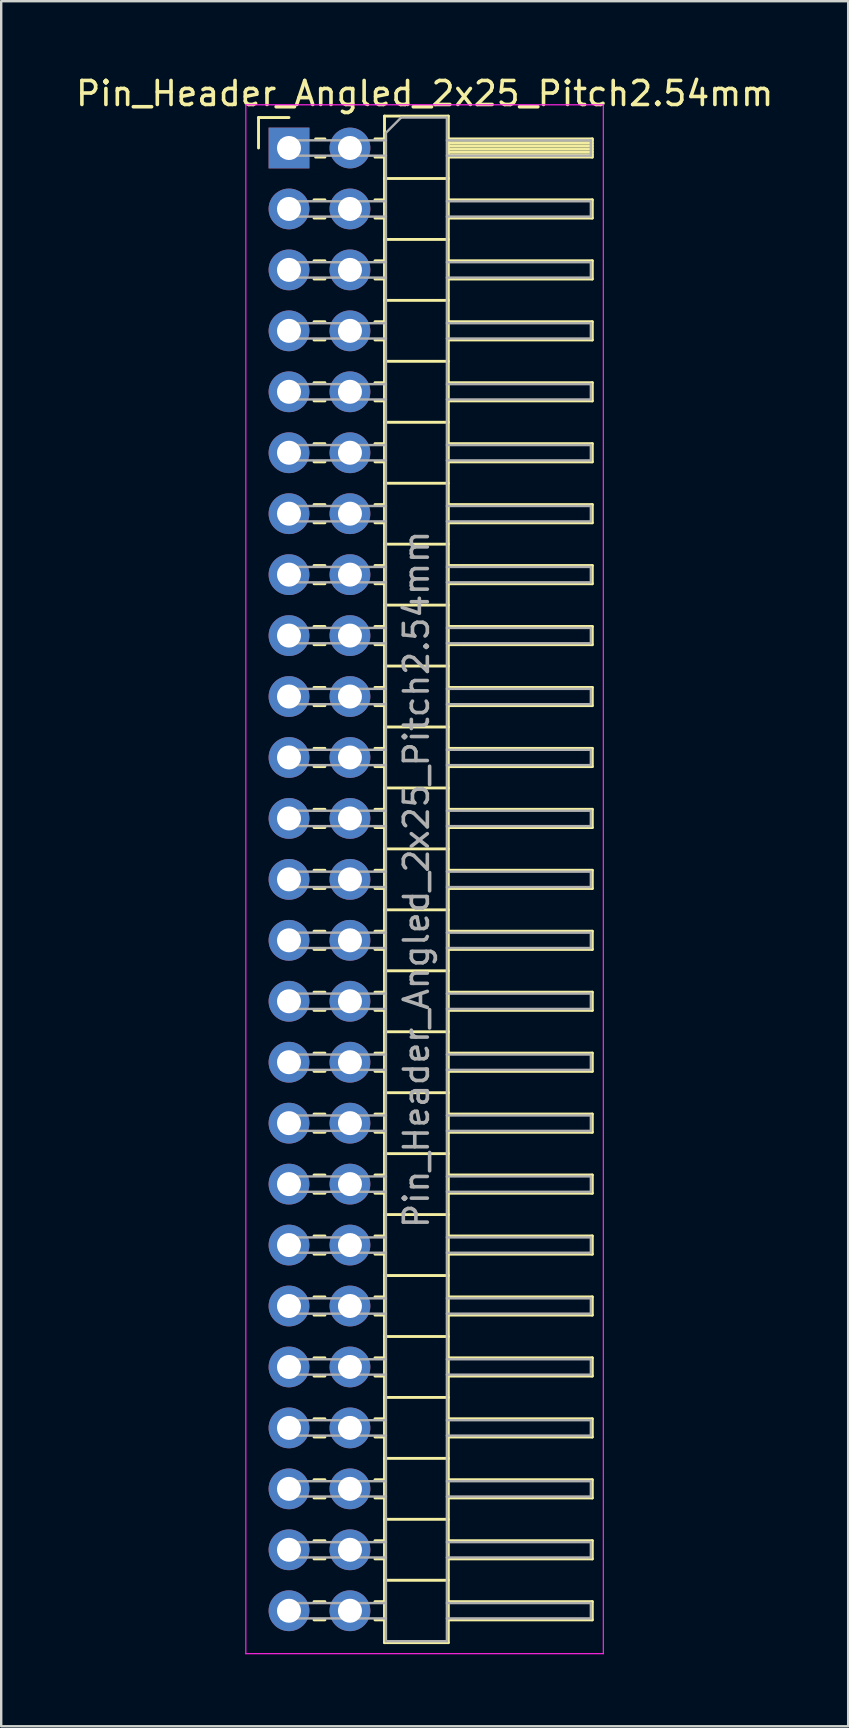
<source format=kicad_pcb>
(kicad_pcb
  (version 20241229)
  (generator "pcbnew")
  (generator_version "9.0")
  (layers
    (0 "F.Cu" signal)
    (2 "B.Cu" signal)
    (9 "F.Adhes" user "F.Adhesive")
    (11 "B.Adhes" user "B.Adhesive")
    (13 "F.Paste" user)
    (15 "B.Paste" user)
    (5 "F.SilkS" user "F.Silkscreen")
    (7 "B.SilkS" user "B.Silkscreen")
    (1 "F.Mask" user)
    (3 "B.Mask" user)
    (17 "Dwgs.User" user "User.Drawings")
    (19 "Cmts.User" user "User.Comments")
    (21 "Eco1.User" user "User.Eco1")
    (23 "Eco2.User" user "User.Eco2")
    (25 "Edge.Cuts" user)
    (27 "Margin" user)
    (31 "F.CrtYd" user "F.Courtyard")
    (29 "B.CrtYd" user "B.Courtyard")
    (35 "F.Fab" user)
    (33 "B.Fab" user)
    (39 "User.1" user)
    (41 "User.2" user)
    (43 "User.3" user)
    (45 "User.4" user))
  (footprint "Pin_Header_Angled_2x25_Pitch2.54mm"
    (layer "F.Cu")
    (at 8.994 3.118)
    (property "Reference" "Pin_Header_Angled_2x25_Pitch2.54mm" (at 5.655 -2.27 0) (layer "F.SilkS") (effects (font (size 1 1) (thickness 0.15))))
    (attr through_hole)
    (fp_line (start -1.27 -1.27) (end 0 -1.27) (stroke (width 0.12) (type solid)) (layer "F.SilkS"))
    (fp_line (start -1.27 0) (end -1.27 -1.27) (stroke (width 0.12) (type solid)) (layer "F.SilkS"))
    (fp_line (start 1.043 2.16) (end 1.497 2.16) (stroke (width 0.12) (type solid)) (layer "F.SilkS"))
    (fp_line (start 1.043 2.92) (end 1.497 2.92) (stroke (width 0.12) (type solid)) (layer "F.SilkS"))
    (fp_line (start 1.043 4.7) (end 1.497 4.7) (stroke (width 0.12) (type solid)) (layer "F.SilkS"))
    (fp_line (start 1.043 5.46) (end 1.497 5.46) (stroke (width 0.12) (type solid)) (layer "F.SilkS"))
    (fp_line (start 1.043 7.24) (end 1.497 7.24) (stroke (width 0.12) (type solid)) (layer "F.SilkS"))
    (fp_line (start 1.043 8) (end 1.497 8) (stroke (width 0.12) (type solid)) (layer "F.SilkS"))
    (fp_line (start 1.043 9.78) (end 1.497 9.78) (stroke (width 0.12) (type solid)) (layer "F.SilkS"))
    (fp_line (start 1.043 10.54) (end 1.497 10.54) (stroke (width 0.12) (type solid)) (layer "F.SilkS"))
    (fp_line (start 1.043 12.32) (end 1.497 12.32) (stroke (width 0.12) (type solid)) (layer "F.SilkS"))
    (fp_line (start 1.043 13.08) (end 1.497 13.08) (stroke (width 0.12) (type solid)) (layer "F.SilkS"))
    (fp_line (start 1.043 14.86) (end 1.497 14.86) (stroke (width 0.12) (type solid)) (layer "F.SilkS"))
    (fp_line (start 1.043 15.62) (end 1.497 15.62) (stroke (width 0.12) (type solid)) (layer "F.SilkS"))
    (fp_line (start 1.043 17.4) (end 1.497 17.4) (stroke (width 0.12) (type solid)) (layer "F.SilkS"))
    (fp_line (start 1.043 18.16) (end 1.497 18.16) (stroke (width 0.12) (type solid)) (layer "F.SilkS"))
    (fp_line (start 1.043 19.94) (end 1.497 19.94) (stroke (width 0.12) (type solid)) (layer "F.SilkS"))
    (fp_line (start 1.043 20.7) (end 1.497 20.7) (stroke (width 0.12) (type solid)) (layer "F.SilkS"))
    (fp_line (start 1.043 22.48) (end 1.497 22.48) (stroke (width 0.12) (type solid)) (layer "F.SilkS"))
    (fp_line (start 1.043 23.24) (end 1.497 23.24) (stroke (width 0.12) (type solid)) (layer "F.SilkS"))
    (fp_line (start 1.043 25.02) (end 1.497 25.02) (stroke (width 0.12) (type solid)) (layer "F.SilkS"))
    (fp_line (start 1.043 25.78) (end 1.497 25.78) (stroke (width 0.12) (type solid)) (layer "F.SilkS"))
    (fp_line (start 1.043 27.56) (end 1.497 27.56) (stroke (width 0.12) (type solid)) (layer "F.SilkS"))
    (fp_line (start 1.043 28.32) (end 1.497 28.32) (stroke (width 0.12) (type solid)) (layer "F.SilkS"))
    (fp_line (start 1.043 30.1) (end 1.497 30.1) (stroke (width 0.12) (type solid)) (layer "F.SilkS"))
    (fp_line (start 1.043 30.86) (end 1.497 30.86) (stroke (width 0.12) (type solid)) (layer "F.SilkS"))
    (fp_line (start 1.043 32.64) (end 1.497 32.64) (stroke (width 0.12) (type solid)) (layer "F.SilkS"))
    (fp_line (start 1.043 33.4) (end 1.497 33.4) (stroke (width 0.12) (type solid)) (layer "F.SilkS"))
    (fp_line (start 1.043 35.18) (end 1.497 35.18) (stroke (width 0.12) (type solid)) (layer "F.SilkS"))
    (fp_line (start 1.043 35.94) (end 1.497 35.94) (stroke (width 0.12) (type solid)) (layer "F.SilkS"))
    (fp_line (start 1.043 37.72) (end 1.497 37.72) (stroke (width 0.12) (type solid)) (layer "F.SilkS"))
    (fp_line (start 1.043 38.48) (end 1.497 38.48) (stroke (width 0.12) (type solid)) (layer "F.SilkS"))
    (fp_line (start 1.043 40.26) (end 1.497 40.26) (stroke (width 0.12) (type solid)) (layer "F.SilkS"))
    (fp_line (start 1.043 41.02) (end 1.497 41.02) (stroke (width 0.12) (type solid)) (layer "F.SilkS"))
    (fp_line (start 1.043 42.8) (end 1.497 42.8) (stroke (width 0.12) (type solid)) (layer "F.SilkS"))
    (fp_line (start 1.043 43.56) (end 1.497 43.56) (stroke (width 0.12) (type solid)) (layer "F.SilkS"))
    (fp_line (start 1.043 45.34) (end 1.497 45.34) (stroke (width 0.12) (type solid)) (layer "F.SilkS"))
    (fp_line (start 1.043 46.1) (end 1.497 46.1) (stroke (width 0.12) (type solid)) (layer "F.SilkS"))
    (fp_line (start 1.043 47.88) (end 1.497 47.88) (stroke (width 0.12) (type solid)) (layer "F.SilkS"))
    (fp_line (start 1.043 48.64) (end 1.497 48.64) (stroke (width 0.12) (type solid)) (layer "F.SilkS"))
    (fp_line (start 1.043 50.42) (end 1.497 50.42) (stroke (width 0.12) (type solid)) (layer "F.SilkS"))
    (fp_line (start 1.043 51.18) (end 1.497 51.18) (stroke (width 0.12) (type solid)) (layer "F.SilkS"))
    (fp_line (start 1.043 52.96) (end 1.497 52.96) (stroke (width 0.12) (type solid)) (layer "F.SilkS"))
    (fp_line (start 1.043 53.72) (end 1.497 53.72) (stroke (width 0.12) (type solid)) (layer "F.SilkS"))
    (fp_line (start 1.043 55.5) (end 1.497 55.5) (stroke (width 0.12) (type solid)) (layer "F.SilkS"))
    (fp_line (start 1.043 56.26) (end 1.497 56.26) (stroke (width 0.12) (type solid)) (layer "F.SilkS"))
    (fp_line (start 1.043 58.04) (end 1.497 58.04) (stroke (width 0.12) (type solid)) (layer "F.SilkS"))
    (fp_line (start 1.043 58.8) (end 1.497 58.8) (stroke (width 0.12) (type solid)) (layer "F.SilkS"))
    (fp_line (start 1.043 60.58) (end 1.497 60.58) (stroke (width 0.12) (type solid)) (layer "F.SilkS"))
    (fp_line (start 1.043 61.34) (end 1.497 61.34) (stroke (width 0.12) (type solid)) (layer "F.SilkS"))
    (fp_line (start 1.11 -0.38) (end 1.497 -0.38) (stroke (width 0.12) (type solid)) (layer "F.SilkS"))
    (fp_line (start 1.11 0.38) (end 1.497 0.38) (stroke (width 0.12) (type solid)) (layer "F.SilkS"))
    (fp_line (start 3.583 -0.38) (end 3.98 -0.38) (stroke (width 0.12) (type solid)) (layer "F.SilkS"))
    (fp_line (start 3.583 0.38) (end 3.98 0.38) (stroke (width 0.12) (type solid)) (layer "F.SilkS"))
    (fp_line (start 3.583 2.16) (end 3.98 2.16) (stroke (width 0.12) (type solid)) (layer "F.SilkS"))
    (fp_line (start 3.583 2.92) (end 3.98 2.92) (stroke (width 0.12) (type solid)) (layer "F.SilkS"))
    (fp_line (start 3.583 4.7) (end 3.98 4.7) (stroke (width 0.12) (type solid)) (layer "F.SilkS"))
    (fp_line (start 3.583 5.46) (end 3.98 5.46) (stroke (width 0.12) (type solid)) (layer "F.SilkS"))
    (fp_line (start 3.583 7.24) (end 3.98 7.24) (stroke (width 0.12) (type solid)) (layer "F.SilkS"))
    (fp_line (start 3.583 8) (end 3.98 8) (stroke (width 0.12) (type solid)) (layer "F.SilkS"))
    (fp_line (start 3.583 9.78) (end 3.98 9.78) (stroke (width 0.12) (type solid)) (layer "F.SilkS"))
    (fp_line (start 3.583 10.54) (end 3.98 10.54) (stroke (width 0.12) (type solid)) (layer "F.SilkS"))
    (fp_line (start 3.583 12.32) (end 3.98 12.32) (stroke (width 0.12) (type solid)) (layer "F.SilkS"))
    (fp_line (start 3.583 13.08) (end 3.98 13.08) (stroke (width 0.12) (type solid)) (layer "F.SilkS"))
    (fp_line (start 3.583 14.86) (end 3.98 14.86) (stroke (width 0.12) (type solid)) (layer "F.SilkS"))
    (fp_line (start 3.583 15.62) (end 3.98 15.62) (stroke (width 0.12) (type solid)) (layer "F.SilkS"))
    (fp_line (start 3.583 17.4) (end 3.98 17.4) (stroke (width 0.12) (type solid)) (layer "F.SilkS"))
    (fp_line (start 3.583 18.16) (end 3.98 18.16) (stroke (width 0.12) (type solid)) (layer "F.SilkS"))
    (fp_line (start 3.583 19.94) (end 3.98 19.94) (stroke (width 0.12) (type solid)) (layer "F.SilkS"))
    (fp_line (start 3.583 20.7) (end 3.98 20.7) (stroke (width 0.12) (type solid)) (layer "F.SilkS"))
    (fp_line (start 3.583 22.48) (end 3.98 22.48) (stroke (width 0.12) (type solid)) (layer "F.SilkS"))
    (fp_line (start 3.583 23.24) (end 3.98 23.24) (stroke (width 0.12) (type solid)) (layer "F.SilkS"))
    (fp_line (start 3.583 25.02) (end 3.98 25.02) (stroke (width 0.12) (type solid)) (layer "F.SilkS"))
    (fp_line (start 3.583 25.78) (end 3.98 25.78) (stroke (width 0.12) (type solid)) (layer "F.SilkS"))
    (fp_line (start 3.583 27.56) (end 3.98 27.56) (stroke (width 0.12) (type solid)) (layer "F.SilkS"))
    (fp_line (start 3.583 28.32) (end 3.98 28.32) (stroke (width 0.12) (type solid)) (layer "F.SilkS"))
    (fp_line (start 3.583 30.1) (end 3.98 30.1) (stroke (width 0.12) (type solid)) (layer "F.SilkS"))
    (fp_line (start 3.583 30.86) (end 3.98 30.86) (stroke (width 0.12) (type solid)) (layer "F.SilkS"))
    (fp_line (start 3.583 32.64) (end 3.98 32.64) (stroke (width 0.12) (type solid)) (layer "F.SilkS"))
    (fp_line (start 3.583 33.4) (end 3.98 33.4) (stroke (width 0.12) (type solid)) (layer "F.SilkS"))
    (fp_line (start 3.583 35.18) (end 3.98 35.18) (stroke (width 0.12) (type solid)) (layer "F.SilkS"))
    (fp_line (start 3.583 35.94) (end 3.98 35.94) (stroke (width 0.12) (type solid)) (layer "F.SilkS"))
    (fp_line (start 3.583 37.72) (end 3.98 37.72) (stroke (width 0.12) (type solid)) (layer "F.SilkS"))
    (fp_line (start 3.583 38.48) (end 3.98 38.48) (stroke (width 0.12) (type solid)) (layer "F.SilkS"))
    (fp_line (start 3.583 40.26) (end 3.98 40.26) (stroke (width 0.12) (type solid)) (layer "F.SilkS"))
    (fp_line (start 3.583 41.02) (end 3.98 41.02) (stroke (width 0.12) (type solid)) (layer "F.SilkS"))
    (fp_line (start 3.583 42.8) (end 3.98 42.8) (stroke (width 0.12) (type solid)) (layer "F.SilkS"))
    (fp_line (start 3.583 43.56) (end 3.98 43.56) (stroke (width 0.12) (type solid)) (layer "F.SilkS"))
    (fp_line (start 3.583 45.34) (end 3.98 45.34) (stroke (width 0.12) (type solid)) (layer "F.SilkS"))
    (fp_line (start 3.583 46.1) (end 3.98 46.1) (stroke (width 0.12) (type solid)) (layer "F.SilkS"))
    (fp_line (start 3.583 47.88) (end 3.98 47.88) (stroke (width 0.12) (type solid)) (layer "F.SilkS"))
    (fp_line (start 3.583 48.64) (end 3.98 48.64) (stroke (width 0.12) (type solid)) (layer "F.SilkS"))
    (fp_line (start 3.583 50.42) (end 3.98 50.42) (stroke (width 0.12) (type solid)) (layer "F.SilkS"))
    (fp_line (start 3.583 51.18) (end 3.98 51.18) (stroke (width 0.12) (type solid)) (layer "F.SilkS"))
    (fp_line (start 3.583 52.96) (end 3.98 52.96) (stroke (width 0.12) (type solid)) (layer "F.SilkS"))
    (fp_line (start 3.583 53.72) (end 3.98 53.72) (stroke (width 0.12) (type solid)) (layer "F.SilkS"))
    (fp_line (start 3.583 55.5) (end 3.98 55.5) (stroke (width 0.12) (type solid)) (layer "F.SilkS"))
    (fp_line (start 3.583 56.26) (end 3.98 56.26) (stroke (width 0.12) (type solid)) (layer "F.SilkS"))
    (fp_line (start 3.583 58.04) (end 3.98 58.04) (stroke (width 0.12) (type solid)) (layer "F.SilkS"))
    (fp_line (start 3.583 58.8) (end 3.98 58.8) (stroke (width 0.12) (type solid)) (layer "F.SilkS"))
    (fp_line (start 3.583 60.58) (end 3.98 60.58) (stroke (width 0.12) (type solid)) (layer "F.SilkS"))
    (fp_line (start 3.583 61.34) (end 3.98 61.34) (stroke (width 0.12) (type solid)) (layer "F.SilkS"))
    (fp_line (start 3.98 -1.33) (end 3.98 62.29) (stroke (width 0.12) (type solid)) (layer "F.SilkS"))
    (fp_line (start 3.98 1.27) (end 6.64 1.27) (stroke (width 0.12) (type solid)) (layer "F.SilkS"))
    (fp_line (start 3.98 3.81) (end 6.64 3.81) (stroke (width 0.12) (type solid)) (layer "F.SilkS"))
    (fp_line (start 3.98 6.35) (end 6.64 6.35) (stroke (width 0.12) (type solid)) (layer "F.SilkS"))
    (fp_line (start 3.98 8.89) (end 6.64 8.89) (stroke (width 0.12) (type solid)) (layer "F.SilkS"))
    (fp_line (start 3.98 11.43) (end 6.64 11.43) (stroke (width 0.12) (type solid)) (layer "F.SilkS"))
    (fp_line (start 3.98 13.97) (end 6.64 13.97) (stroke (width 0.12) (type solid)) (layer "F.SilkS"))
    (fp_line (start 3.98 16.51) (end 6.64 16.51) (stroke (width 0.12) (type solid)) (layer "F.SilkS"))
    (fp_line (start 3.98 19.05) (end 6.64 19.05) (stroke (width 0.12) (type solid)) (layer "F.SilkS"))
    (fp_line (start 3.98 21.59) (end 6.64 21.59) (stroke (width 0.12) (type solid)) (layer "F.SilkS"))
    (fp_line (start 3.98 24.13) (end 6.64 24.13) (stroke (width 0.12) (type solid)) (layer "F.SilkS"))
    (fp_line (start 3.98 26.67) (end 6.64 26.67) (stroke (width 0.12) (type solid)) (layer "F.SilkS"))
    (fp_line (start 3.98 29.21) (end 6.64 29.21) (stroke (width 0.12) (type solid)) (layer "F.SilkS"))
    (fp_line (start 3.98 31.75) (end 6.64 31.75) (stroke (width 0.12) (type solid)) (layer "F.SilkS"))
    (fp_line (start 3.98 34.29) (end 6.64 34.29) (stroke (width 0.12) (type solid)) (layer "F.SilkS"))
    (fp_line (start 3.98 36.83) (end 6.64 36.83) (stroke (width 0.12) (type solid)) (layer "F.SilkS"))
    (fp_line (start 3.98 39.37) (end 6.64 39.37) (stroke (width 0.12) (type solid)) (layer "F.SilkS"))
    (fp_line (start 3.98 41.91) (end 6.64 41.91) (stroke (width 0.12) (type solid)) (layer "F.SilkS"))
    (fp_line (start 3.98 44.45) (end 6.64 44.45) (stroke (width 0.12) (type solid)) (layer "F.SilkS"))
    (fp_line (start 3.98 46.99) (end 6.64 46.99) (stroke (width 0.12) (type solid)) (layer "F.SilkS"))
    (fp_line (start 3.98 49.53) (end 6.64 49.53) (stroke (width 0.12) (type solid)) (layer "F.SilkS"))
    (fp_line (start 3.98 52.07) (end 6.64 52.07) (stroke (width 0.12) (type solid)) (layer "F.SilkS"))
    (fp_line (start 3.98 54.61) (end 6.64 54.61) (stroke (width 0.12) (type solid)) (layer "F.SilkS"))
    (fp_line (start 3.98 57.15) (end 6.64 57.15) (stroke (width 0.12) (type solid)) (layer "F.SilkS"))
    (fp_line (start 3.98 59.69) (end 6.64 59.69) (stroke (width 0.12) (type solid)) (layer "F.SilkS"))
    (fp_line (start 3.98 62.29) (end 6.64 62.29) (stroke (width 0.12) (type solid)) (layer "F.SilkS"))
    (fp_line (start 6.64 -1.33) (end 3.98 -1.33) (stroke (width 0.12) (type solid)) (layer "F.SilkS"))
    (fp_line (start 6.64 -0.38) (end 12.64 -0.38) (stroke (width 0.12) (type solid)) (layer "F.SilkS"))
    (fp_line (start 6.64 -0.32) (end 12.64 -0.32) (stroke (width 0.12) (type solid)) (layer "F.SilkS"))
    (fp_line (start 6.64 -0.2) (end 12.64 -0.2) (stroke (width 0.12) (type solid)) (layer "F.SilkS"))
    (fp_line (start 6.64 -0.08) (end 12.64 -0.08) (stroke (width 0.12) (type solid)) (layer "F.SilkS"))
    (fp_line (start 6.64 0.04) (end 12.64 0.04) (stroke (width 0.12) (type solid)) (layer "F.SilkS"))
    (fp_line (start 6.64 0.16) (end 12.64 0.16) (stroke (width 0.12) (type solid)) (layer "F.SilkS"))
    (fp_line (start 6.64 0.28) (end 12.64 0.28) (stroke (width 0.12) (type solid)) (layer "F.SilkS"))
    (fp_line (start 6.64 2.16) (end 12.64 2.16) (stroke (width 0.12) (type solid)) (layer "F.SilkS"))
    (fp_line (start 6.64 4.7) (end 12.64 4.7) (stroke (width 0.12) (type solid)) (layer "F.SilkS"))
    (fp_line (start 6.64 7.24) (end 12.64 7.24) (stroke (width 0.12) (type solid)) (layer "F.SilkS"))
    (fp_line (start 6.64 9.78) (end 12.64 9.78) (stroke (width 0.12) (type solid)) (layer "F.SilkS"))
    (fp_line (start 6.64 12.32) (end 12.64 12.32) (stroke (width 0.12) (type solid)) (layer "F.SilkS"))
    (fp_line (start 6.64 14.86) (end 12.64 14.86) (stroke (width 0.12) (type solid)) (layer "F.SilkS"))
    (fp_line (start 6.64 17.4) (end 12.64 17.4) (stroke (width 0.12) (type solid)) (layer "F.SilkS"))
    (fp_line (start 6.64 19.94) (end 12.64 19.94) (stroke (width 0.12) (type solid)) (layer "F.SilkS"))
    (fp_line (start 6.64 22.48) (end 12.64 22.48) (stroke (width 0.12) (type solid)) (layer "F.SilkS"))
    (fp_line (start 6.64 25.02) (end 12.64 25.02) (stroke (width 0.12) (type solid)) (layer "F.SilkS"))
    (fp_line (start 6.64 27.56) (end 12.64 27.56) (stroke (width 0.12) (type solid)) (layer "F.SilkS"))
    (fp_line (start 6.64 30.1) (end 12.64 30.1) (stroke (width 0.12) (type solid)) (layer "F.SilkS"))
    (fp_line (start 6.64 32.64) (end 12.64 32.64) (stroke (width 0.12) (type solid)) (layer "F.SilkS"))
    (fp_line (start 6.64 35.18) (end 12.64 35.18) (stroke (width 0.12) (type solid)) (layer "F.SilkS"))
    (fp_line (start 6.64 37.72) (end 12.64 37.72) (stroke (width 0.12) (type solid)) (layer "F.SilkS"))
    (fp_line (start 6.64 40.26) (end 12.64 40.26) (stroke (width 0.12) (type solid)) (layer "F.SilkS"))
    (fp_line (start 6.64 42.8) (end 12.64 42.8) (stroke (width 0.12) (type solid)) (layer "F.SilkS"))
    (fp_line (start 6.64 45.34) (end 12.64 45.34) (stroke (width 0.12) (type solid)) (layer "F.SilkS"))
    (fp_line (start 6.64 47.88) (end 12.64 47.88) (stroke (width 0.12) (type solid)) (layer "F.SilkS"))
    (fp_line (start 6.64 50.42) (end 12.64 50.42) (stroke (width 0.12) (type solid)) (layer "F.SilkS"))
    (fp_line (start 6.64 52.96) (end 12.64 52.96) (stroke (width 0.12) (type solid)) (layer "F.SilkS"))
    (fp_line (start 6.64 55.5) (end 12.64 55.5) (stroke (width 0.12) (type solid)) (layer "F.SilkS"))
    (fp_line (start 6.64 58.04) (end 12.64 58.04) (stroke (width 0.12) (type solid)) (layer "F.SilkS"))
    (fp_line (start 6.64 60.58) (end 12.64 60.58) (stroke (width 0.12) (type solid)) (layer "F.SilkS"))
    (fp_line (start 6.64 62.29) (end 6.64 -1.33) (stroke (width 0.12) (type solid)) (layer "F.SilkS"))
    (fp_line (start 12.64 -0.38) (end 12.64 0.38) (stroke (width 0.12) (type solid)) (layer "F.SilkS"))
    (fp_line (start 12.64 0.38) (end 6.64 0.38) (stroke (width 0.12) (type solid)) (layer "F.SilkS"))
    (fp_line (start 12.64 2.16) (end 12.64 2.92) (stroke (width 0.12) (type solid)) (layer "F.SilkS"))
    (fp_line (start 12.64 2.92) (end 6.64 2.92) (stroke (width 0.12) (type solid)) (layer "F.SilkS"))
    (fp_line (start 12.64 4.7) (end 12.64 5.46) (stroke (width 0.12) (type solid)) (layer "F.SilkS"))
    (fp_line (start 12.64 5.46) (end 6.64 5.46) (stroke (width 0.12) (type solid)) (layer "F.SilkS"))
    (fp_line (start 12.64 7.24) (end 12.64 8) (stroke (width 0.12) (type solid)) (layer "F.SilkS"))
    (fp_line (start 12.64 8) (end 6.64 8) (stroke (width 0.12) (type solid)) (layer "F.SilkS"))
    (fp_line (start 12.64 9.78) (end 12.64 10.54) (stroke (width 0.12) (type solid)) (layer "F.SilkS"))
    (fp_line (start 12.64 10.54) (end 6.64 10.54) (stroke (width 0.12) (type solid)) (layer "F.SilkS"))
    (fp_line (start 12.64 12.32) (end 12.64 13.08) (stroke (width 0.12) (type solid)) (layer "F.SilkS"))
    (fp_line (start 12.64 13.08) (end 6.64 13.08) (stroke (width 0.12) (type solid)) (layer "F.SilkS"))
    (fp_line (start 12.64 14.86) (end 12.64 15.62) (stroke (width 0.12) (type solid)) (layer "F.SilkS"))
    (fp_line (start 12.64 15.62) (end 6.64 15.62) (stroke (width 0.12) (type solid)) (layer "F.SilkS"))
    (fp_line (start 12.64 17.4) (end 12.64 18.16) (stroke (width 0.12) (type solid)) (layer "F.SilkS"))
    (fp_line (start 12.64 18.16) (end 6.64 18.16) (stroke (width 0.12) (type solid)) (layer "F.SilkS"))
    (fp_line (start 12.64 19.94) (end 12.64 20.7) (stroke (width 0.12) (type solid)) (layer "F.SilkS"))
    (fp_line (start 12.64 20.7) (end 6.64 20.7) (stroke (width 0.12) (type solid)) (layer "F.SilkS"))
    (fp_line (start 12.64 22.48) (end 12.64 23.24) (stroke (width 0.12) (type solid)) (layer "F.SilkS"))
    (fp_line (start 12.64 23.24) (end 6.64 23.24) (stroke (width 0.12) (type solid)) (layer "F.SilkS"))
    (fp_line (start 12.64 25.02) (end 12.64 25.78) (stroke (width 0.12) (type solid)) (layer "F.SilkS"))
    (fp_line (start 12.64 25.78) (end 6.64 25.78) (stroke (width 0.12) (type solid)) (layer "F.SilkS"))
    (fp_line (start 12.64 27.56) (end 12.64 28.32) (stroke (width 0.12) (type solid)) (layer "F.SilkS"))
    (fp_line (start 12.64 28.32) (end 6.64 28.32) (stroke (width 0.12) (type solid)) (layer "F.SilkS"))
    (fp_line (start 12.64 30.1) (end 12.64 30.86) (stroke (width 0.12) (type solid)) (layer "F.SilkS"))
    (fp_line (start 12.64 30.86) (end 6.64 30.86) (stroke (width 0.12) (type solid)) (layer "F.SilkS"))
    (fp_line (start 12.64 32.64) (end 12.64 33.4) (stroke (width 0.12) (type solid)) (layer "F.SilkS"))
    (fp_line (start 12.64 33.4) (end 6.64 33.4) (stroke (width 0.12) (type solid)) (layer "F.SilkS"))
    (fp_line (start 12.64 35.18) (end 12.64 35.94) (stroke (width 0.12) (type solid)) (layer "F.SilkS"))
    (fp_line (start 12.64 35.94) (end 6.64 35.94) (stroke (width 0.12) (type solid)) (layer "F.SilkS"))
    (fp_line (start 12.64 37.72) (end 12.64 38.48) (stroke (width 0.12) (type solid)) (layer "F.SilkS"))
    (fp_line (start 12.64 38.48) (end 6.64 38.48) (stroke (width 0.12) (type solid)) (layer "F.SilkS"))
    (fp_line (start 12.64 40.26) (end 12.64 41.02) (stroke (width 0.12) (type solid)) (layer "F.SilkS"))
    (fp_line (start 12.64 41.02) (end 6.64 41.02) (stroke (width 0.12) (type solid)) (layer "F.SilkS"))
    (fp_line (start 12.64 42.8) (end 12.64 43.56) (stroke (width 0.12) (type solid)) (layer "F.SilkS"))
    (fp_line (start 12.64 43.56) (end 6.64 43.56) (stroke (width 0.12) (type solid)) (layer "F.SilkS"))
    (fp_line (start 12.64 45.34) (end 12.64 46.1) (stroke (width 0.12) (type solid)) (layer "F.SilkS"))
    (fp_line (start 12.64 46.1) (end 6.64 46.1) (stroke (width 0.12) (type solid)) (layer "F.SilkS"))
    (fp_line (start 12.64 47.88) (end 12.64 48.64) (stroke (width 0.12) (type solid)) (layer "F.SilkS"))
    (fp_line (start 12.64 48.64) (end 6.64 48.64) (stroke (width 0.12) (type solid)) (layer "F.SilkS"))
    (fp_line (start 12.64 50.42) (end 12.64 51.18) (stroke (width 0.12) (type solid)) (layer "F.SilkS"))
    (fp_line (start 12.64 51.18) (end 6.64 51.18) (stroke (width 0.12) (type solid)) (layer "F.SilkS"))
    (fp_line (start 12.64 52.96) (end 12.64 53.72) (stroke (width 0.12) (type solid)) (layer "F.SilkS"))
    (fp_line (start 12.64 53.72) (end 6.64 53.72) (stroke (width 0.12) (type solid)) (layer "F.SilkS"))
    (fp_line (start 12.64 55.5) (end 12.64 56.26) (stroke (width 0.12) (type solid)) (layer "F.SilkS"))
    (fp_line (start 12.64 56.26) (end 6.64 56.26) (stroke (width 0.12) (type solid)) (layer "F.SilkS"))
    (fp_line (start 12.64 58.04) (end 12.64 58.8) (stroke (width 0.12) (type solid)) (layer "F.SilkS"))
    (fp_line (start 12.64 58.8) (end 6.64 58.8) (stroke (width 0.12) (type solid)) (layer "F.SilkS"))
    (fp_line (start 12.64 60.58) (end 12.64 61.34) (stroke (width 0.12) (type solid)) (layer "F.SilkS"))
    (fp_line (start 12.64 61.34) (end 6.64 61.34) (stroke (width 0.12) (type solid)) (layer "F.SilkS"))
    (fp_line (start -1.8 -1.8) (end -1.8 62.75) (stroke (width 0.05) (type solid)) (layer "F.CrtYd"))
    (fp_line (start -1.8 62.75) (end 13.1 62.75) (stroke (width 0.05) (type solid)) (layer "F.CrtYd"))
    (fp_line (start 13.1 -1.8) (end -1.8 -1.8) (stroke (width 0.05) (type solid)) (layer "F.CrtYd"))
    (fp_line (start 13.1 62.75) (end 13.1 -1.8) (stroke (width 0.05) (type solid)) (layer "F.CrtYd"))
    (fp_line (start -0.32 -0.32) (end -0.32 0.32) (stroke (width 0.1) (type solid)) (layer "F.Fab"))
    (fp_line (start -0.32 -0.32) (end 4.04 -0.32) (stroke (width 0.1) (type solid)) (layer "F.Fab"))
    (fp_line (start -0.32 0.32) (end 4.04 0.32) (stroke (width 0.1) (type solid)) (layer "F.Fab"))
    (fp_line (start -0.32 2.22) (end -0.32 2.86) (stroke (width 0.1) (type solid)) (layer "F.Fab"))
    (fp_line (start -0.32 2.22) (end 4.04 2.22) (stroke (width 0.1) (type solid)) (layer "F.Fab"))
    (fp_line (start -0.32 2.86) (end 4.04 2.86) (stroke (width 0.1) (type solid)) (layer "F.Fab"))
    (fp_line (start -0.32 4.76) (end -0.32 5.4) (stroke (width 0.1) (type solid)) (layer "F.Fab"))
    (fp_line (start -0.32 4.76) (end 4.04 4.76) (stroke (width 0.1) (type solid)) (layer "F.Fab"))
    (fp_line (start -0.32 5.4) (end 4.04 5.4) (stroke (width 0.1) (type solid)) (layer "F.Fab"))
    (fp_line (start -0.32 7.3) (end -0.32 7.94) (stroke (width 0.1) (type solid)) (layer "F.Fab"))
    (fp_line (start -0.32 7.3) (end 4.04 7.3) (stroke (width 0.1) (type solid)) (layer "F.Fab"))
    (fp_line (start -0.32 7.94) (end 4.04 7.94) (stroke (width 0.1) (type solid)) (layer "F.Fab"))
    (fp_line (start -0.32 9.84) (end -0.32 10.48) (stroke (width 0.1) (type solid)) (layer "F.Fab"))
    (fp_line (start -0.32 9.84) (end 4.04 9.84) (stroke (width 0.1) (type solid)) (layer "F.Fab"))
    (fp_line (start -0.32 10.48) (end 4.04 10.48) (stroke (width 0.1) (type solid)) (layer "F.Fab"))
    (fp_line (start -0.32 12.38) (end -0.32 13.02) (stroke (width 0.1) (type solid)) (layer "F.Fab"))
    (fp_line (start -0.32 12.38) (end 4.04 12.38) (stroke (width 0.1) (type solid)) (layer "F.Fab"))
    (fp_line (start -0.32 13.02) (end 4.04 13.02) (stroke (width 0.1) (type solid)) (layer "F.Fab"))
    (fp_line (start -0.32 14.92) (end -0.32 15.56) (stroke (width 0.1) (type solid)) (layer "F.Fab"))
    (fp_line (start -0.32 14.92) (end 4.04 14.92) (stroke (width 0.1) (type solid)) (layer "F.Fab"))
    (fp_line (start -0.32 15.56) (end 4.04 15.56) (stroke (width 0.1) (type solid)) (layer "F.Fab"))
    (fp_line (start -0.32 17.46) (end -0.32 18.1) (stroke (width 0.1) (type solid)) (layer "F.Fab"))
    (fp_line (start -0.32 17.46) (end 4.04 17.46) (stroke (width 0.1) (type solid)) (layer "F.Fab"))
    (fp_line (start -0.32 18.1) (end 4.04 18.1) (stroke (width 0.1) (type solid)) (layer "F.Fab"))
    (fp_line (start -0.32 20) (end -0.32 20.64) (stroke (width 0.1) (type solid)) (layer "F.Fab"))
    (fp_line (start -0.32 20) (end 4.04 20) (stroke (width 0.1) (type solid)) (layer "F.Fab"))
    (fp_line (start -0.32 20.64) (end 4.04 20.64) (stroke (width 0.1) (type solid)) (layer "F.Fab"))
    (fp_line (start -0.32 22.54) (end -0.32 23.18) (stroke (width 0.1) (type solid)) (layer "F.Fab"))
    (fp_line (start -0.32 22.54) (end 4.04 22.54) (stroke (width 0.1) (type solid)) (layer "F.Fab"))
    (fp_line (start -0.32 23.18) (end 4.04 23.18) (stroke (width 0.1) (type solid)) (layer "F.Fab"))
    (fp_line (start -0.32 25.08) (end -0.32 25.72) (stroke (width 0.1) (type solid)) (layer "F.Fab"))
    (fp_line (start -0.32 25.08) (end 4.04 25.08) (stroke (width 0.1) (type solid)) (layer "F.Fab"))
    (fp_line (start -0.32 25.72) (end 4.04 25.72) (stroke (width 0.1) (type solid)) (layer "F.Fab"))
    (fp_line (start -0.32 27.62) (end -0.32 28.26) (stroke (width 0.1) (type solid)) (layer "F.Fab"))
    (fp_line (start -0.32 27.62) (end 4.04 27.62) (stroke (width 0.1) (type solid)) (layer "F.Fab"))
    (fp_line (start -0.32 28.26) (end 4.04 28.26) (stroke (width 0.1) (type solid)) (layer "F.Fab"))
    (fp_line (start -0.32 30.16) (end -0.32 30.8) (stroke (width 0.1) (type solid)) (layer "F.Fab"))
    (fp_line (start -0.32 30.16) (end 4.04 30.16) (stroke (width 0.1) (type solid)) (layer "F.Fab"))
    (fp_line (start -0.32 30.8) (end 4.04 30.8) (stroke (width 0.1) (type solid)) (layer "F.Fab"))
    (fp_line (start -0.32 32.7) (end -0.32 33.34) (stroke (width 0.1) (type solid)) (layer "F.Fab"))
    (fp_line (start -0.32 32.7) (end 4.04 32.7) (stroke (width 0.1) (type solid)) (layer "F.Fab"))
    (fp_line (start -0.32 33.34) (end 4.04 33.34) (stroke (width 0.1) (type solid)) (layer "F.Fab"))
    (fp_line (start -0.32 35.24) (end -0.32 35.88) (stroke (width 0.1) (type solid)) (layer "F.Fab"))
    (fp_line (start -0.32 35.24) (end 4.04 35.24) (stroke (width 0.1) (type solid)) (layer "F.Fab"))
    (fp_line (start -0.32 35.88) (end 4.04 35.88) (stroke (width 0.1) (type solid)) (layer "F.Fab"))
    (fp_line (start -0.32 37.78) (end -0.32 38.42) (stroke (width 0.1) (type solid)) (layer "F.Fab"))
    (fp_line (start -0.32 37.78) (end 4.04 37.78) (stroke (width 0.1) (type solid)) (layer "F.Fab"))
    (fp_line (start -0.32 38.42) (end 4.04 38.42) (stroke (width 0.1) (type solid)) (layer "F.Fab"))
    (fp_line (start -0.32 40.32) (end -0.32 40.96) (stroke (width 0.1) (type solid)) (layer "F.Fab"))
    (fp_line (start -0.32 40.32) (end 4.04 40.32) (stroke (width 0.1) (type solid)) (layer "F.Fab"))
    (fp_line (start -0.32 40.96) (end 4.04 40.96) (stroke (width 0.1) (type solid)) (layer "F.Fab"))
    (fp_line (start -0.32 42.86) (end -0.32 43.5) (stroke (width 0.1) (type solid)) (layer "F.Fab"))
    (fp_line (start -0.32 42.86) (end 4.04 42.86) (stroke (width 0.1) (type solid)) (layer "F.Fab"))
    (fp_line (start -0.32 43.5) (end 4.04 43.5) (stroke (width 0.1) (type solid)) (layer "F.Fab"))
    (fp_line (start -0.32 45.4) (end -0.32 46.04) (stroke (width 0.1) (type solid)) (layer "F.Fab"))
    (fp_line (start -0.32 45.4) (end 4.04 45.4) (stroke (width 0.1) (type solid)) (layer "F.Fab"))
    (fp_line (start -0.32 46.04) (end 4.04 46.04) (stroke (width 0.1) (type solid)) (layer "F.Fab"))
    (fp_line (start -0.32 47.94) (end -0.32 48.58) (stroke (width 0.1) (type solid)) (layer "F.Fab"))
    (fp_line (start -0.32 47.94) (end 4.04 47.94) (stroke (width 0.1) (type solid)) (layer "F.Fab"))
    (fp_line (start -0.32 48.58) (end 4.04 48.58) (stroke (width 0.1) (type solid)) (layer "F.Fab"))
    (fp_line (start -0.32 50.48) (end -0.32 51.12) (stroke (width 0.1) (type solid)) (layer "F.Fab"))
    (fp_line (start -0.32 50.48) (end 4.04 50.48) (stroke (width 0.1) (type solid)) (layer "F.Fab"))
    (fp_line (start -0.32 51.12) (end 4.04 51.12) (stroke (width 0.1) (type solid)) (layer "F.Fab"))
    (fp_line (start -0.32 53.02) (end -0.32 53.66) (stroke (width 0.1) (type solid)) (layer "F.Fab"))
    (fp_line (start -0.32 53.02) (end 4.04 53.02) (stroke (width 0.1) (type solid)) (layer "F.Fab"))
    (fp_line (start -0.32 53.66) (end 4.04 53.66) (stroke (width 0.1) (type solid)) (layer "F.Fab"))
    (fp_line (start -0.32 55.56) (end -0.32 56.2) (stroke (width 0.1) (type solid)) (layer "F.Fab"))
    (fp_line (start -0.32 55.56) (end 4.04 55.56) (stroke (width 0.1) (type solid)) (layer "F.Fab"))
    (fp_line (start -0.32 56.2) (end 4.04 56.2) (stroke (width 0.1) (type solid)) (layer "F.Fab"))
    (fp_line (start -0.32 58.1) (end -0.32 58.74) (stroke (width 0.1) (type solid)) (layer "F.Fab"))
    (fp_line (start -0.32 58.1) (end 4.04 58.1) (stroke (width 0.1) (type solid)) (layer "F.Fab"))
    (fp_line (start -0.32 58.74) (end 4.04 58.74) (stroke (width 0.1) (type solid)) (layer "F.Fab"))
    (fp_line (start -0.32 60.64) (end -0.32 61.28) (stroke (width 0.1) (type solid)) (layer "F.Fab"))
    (fp_line (start -0.32 60.64) (end 4.04 60.64) (stroke (width 0.1) (type solid)) (layer "F.Fab"))
    (fp_line (start -0.32 61.28) (end 4.04 61.28) (stroke (width 0.1) (type solid)) (layer "F.Fab"))
    (fp_line (start 4.04 -0.635) (end 4.675 -1.27) (stroke (width 0.1) (type solid)) (layer "F.Fab"))
    (fp_line (start 4.04 62.23) (end 4.04 -0.635) (stroke (width 0.1) (type solid)) (layer "F.Fab"))
    (fp_line (start 4.675 -1.27) (end 6.58 -1.27) (stroke (width 0.1) (type solid)) (layer "F.Fab"))
    (fp_line (start 6.58 -1.27) (end 6.58 62.23) (stroke (width 0.1) (type solid)) (layer "F.Fab"))
    (fp_line (start 6.58 -0.32) (end 12.58 -0.32) (stroke (width 0.1) (type solid)) (layer "F.Fab"))
    (fp_line (start 6.58 0.32) (end 12.58 0.32) (stroke (width 0.1) (type solid)) (layer "F.Fab"))
    (fp_line (start 6.58 2.22) (end 12.58 2.22) (stroke (width 0.1) (type solid)) (layer "F.Fab"))
    (fp_line (start 6.58 2.86) (end 12.58 2.86) (stroke (width 0.1) (type solid)) (layer "F.Fab"))
    (fp_line (start 6.58 4.76) (end 12.58 4.76) (stroke (width 0.1) (type solid)) (layer "F.Fab"))
    (fp_line (start 6.58 5.4) (end 12.58 5.4) (stroke (width 0.1) (type solid)) (layer "F.Fab"))
    (fp_line (start 6.58 7.3) (end 12.58 7.3) (stroke (width 0.1) (type solid)) (layer "F.Fab"))
    (fp_line (start 6.58 7.94) (end 12.58 7.94) (stroke (width 0.1) (type solid)) (layer "F.Fab"))
    (fp_line (start 6.58 9.84) (end 12.58 9.84) (stroke (width 0.1) (type solid)) (layer "F.Fab"))
    (fp_line (start 6.58 10.48) (end 12.58 10.48) (stroke (width 0.1) (type solid)) (layer "F.Fab"))
    (fp_line (start 6.58 12.38) (end 12.58 12.38) (stroke (width 0.1) (type solid)) (layer "F.Fab"))
    (fp_line (start 6.58 13.02) (end 12.58 13.02) (stroke (width 0.1) (type solid)) (layer "F.Fab"))
    (fp_line (start 6.58 14.92) (end 12.58 14.92) (stroke (width 0.1) (type solid)) (layer "F.Fab"))
    (fp_line (start 6.58 15.56) (end 12.58 15.56) (stroke (width 0.1) (type solid)) (layer "F.Fab"))
    (fp_line (start 6.58 17.46) (end 12.58 17.46) (stroke (width 0.1) (type solid)) (layer "F.Fab"))
    (fp_line (start 6.58 18.1) (end 12.58 18.1) (stroke (width 0.1) (type solid)) (layer "F.Fab"))
    (fp_line (start 6.58 20) (end 12.58 20) (stroke (width 0.1) (type solid)) (layer "F.Fab"))
    (fp_line (start 6.58 20.64) (end 12.58 20.64) (stroke (width 0.1) (type solid)) (layer "F.Fab"))
    (fp_line (start 6.58 22.54) (end 12.58 22.54) (stroke (width 0.1) (type solid)) (layer "F.Fab"))
    (fp_line (start 6.58 23.18) (end 12.58 23.18) (stroke (width 0.1) (type solid)) (layer "F.Fab"))
    (fp_line (start 6.58 25.08) (end 12.58 25.08) (stroke (width 0.1) (type solid)) (layer "F.Fab"))
    (fp_line (start 6.58 25.72) (end 12.58 25.72) (stroke (width 0.1) (type solid)) (layer "F.Fab"))
    (fp_line (start 6.58 27.62) (end 12.58 27.62) (stroke (width 0.1) (type solid)) (layer "F.Fab"))
    (fp_line (start 6.58 28.26) (end 12.58 28.26) (stroke (width 0.1) (type solid)) (layer "F.Fab"))
    (fp_line (start 6.58 30.16) (end 12.58 30.16) (stroke (width 0.1) (type solid)) (layer "F.Fab"))
    (fp_line (start 6.58 30.8) (end 12.58 30.8) (stroke (width 0.1) (type solid)) (layer "F.Fab"))
    (fp_line (start 6.58 32.7) (end 12.58 32.7) (stroke (width 0.1) (type solid)) (layer "F.Fab"))
    (fp_line (start 6.58 33.34) (end 12.58 33.34) (stroke (width 0.1) (type solid)) (layer "F.Fab"))
    (fp_line (start 6.58 35.24) (end 12.58 35.24) (stroke (width 0.1) (type solid)) (layer "F.Fab"))
    (fp_line (start 6.58 35.88) (end 12.58 35.88) (stroke (width 0.1) (type solid)) (layer "F.Fab"))
    (fp_line (start 6.58 37.78) (end 12.58 37.78) (stroke (width 0.1) (type solid)) (layer "F.Fab"))
    (fp_line (start 6.58 38.42) (end 12.58 38.42) (stroke (width 0.1) (type solid)) (layer "F.Fab"))
    (fp_line (start 6.58 40.32) (end 12.58 40.32) (stroke (width 0.1) (type solid)) (layer "F.Fab"))
    (fp_line (start 6.58 40.96) (end 12.58 40.96) (stroke (width 0.1) (type solid)) (layer "F.Fab"))
    (fp_line (start 6.58 42.86) (end 12.58 42.86) (stroke (width 0.1) (type solid)) (layer "F.Fab"))
    (fp_line (start 6.58 43.5) (end 12.58 43.5) (stroke (width 0.1) (type solid)) (layer "F.Fab"))
    (fp_line (start 6.58 45.4) (end 12.58 45.4) (stroke (width 0.1) (type solid)) (layer "F.Fab"))
    (fp_line (start 6.58 46.04) (end 12.58 46.04) (stroke (width 0.1) (type solid)) (layer "F.Fab"))
    (fp_line (start 6.58 47.94) (end 12.58 47.94) (stroke (width 0.1) (type solid)) (layer "F.Fab"))
    (fp_line (start 6.58 48.58) (end 12.58 48.58) (stroke (width 0.1) (type solid)) (layer "F.Fab"))
    (fp_line (start 6.58 50.48) (end 12.58 50.48) (stroke (width 0.1) (type solid)) (layer "F.Fab"))
    (fp_line (start 6.58 51.12) (end 12.58 51.12) (stroke (width 0.1) (type solid)) (layer "F.Fab"))
    (fp_line (start 6.58 53.02) (end 12.58 53.02) (stroke (width 0.1) (type solid)) (layer "F.Fab"))
    (fp_line (start 6.58 53.66) (end 12.58 53.66) (stroke (width 0.1) (type solid)) (layer "F.Fab"))
    (fp_line (start 6.58 55.56) (end 12.58 55.56) (stroke (width 0.1) (type solid)) (layer "F.Fab"))
    (fp_line (start 6.58 56.2) (end 12.58 56.2) (stroke (width 0.1) (type solid)) (layer "F.Fab"))
    (fp_line (start 6.58 58.1) (end 12.58 58.1) (stroke (width 0.1) (type solid)) (layer "F.Fab"))
    (fp_line (start 6.58 58.74) (end 12.58 58.74) (stroke (width 0.1) (type solid)) (layer "F.Fab"))
    (fp_line (start 6.58 60.64) (end 12.58 60.64) (stroke (width 0.1) (type solid)) (layer "F.Fab"))
    (fp_line (start 6.58 61.28) (end 12.58 61.28) (stroke (width 0.1) (type solid)) (layer "F.Fab"))
    (fp_line (start 6.58 62.23) (end 4.04 62.23) (stroke (width 0.1) (type solid)) (layer "F.Fab"))
    (fp_line (start 12.58 -0.32) (end 12.58 0.32) (stroke (width 0.1) (type solid)) (layer "F.Fab"))
    (fp_line (start 12.58 2.22) (end 12.58 2.86) (stroke (width 0.1) (type solid)) (layer "F.Fab"))
    (fp_line (start 12.58 4.76) (end 12.58 5.4) (stroke (width 0.1) (type solid)) (layer "F.Fab"))
    (fp_line (start 12.58 7.3) (end 12.58 7.94) (stroke (width 0.1) (type solid)) (layer "F.Fab"))
    (fp_line (start 12.58 9.84) (end 12.58 10.48) (stroke (width 0.1) (type solid)) (layer "F.Fab"))
    (fp_line (start 12.58 12.38) (end 12.58 13.02) (stroke (width 0.1) (type solid)) (layer "F.Fab"))
    (fp_line (start 12.58 14.92) (end 12.58 15.56) (stroke (width 0.1) (type solid)) (layer "F.Fab"))
    (fp_line (start 12.58 17.46) (end 12.58 18.1) (stroke (width 0.1) (type solid)) (layer "F.Fab"))
    (fp_line (start 12.58 20) (end 12.58 20.64) (stroke (width 0.1) (type solid)) (layer "F.Fab"))
    (fp_line (start 12.58 22.54) (end 12.58 23.18) (stroke (width 0.1) (type solid)) (layer "F.Fab"))
    (fp_line (start 12.58 25.08) (end 12.58 25.72) (stroke (width 0.1) (type solid)) (layer "F.Fab"))
    (fp_line (start 12.58 27.62) (end 12.58 28.26) (stroke (width 0.1) (type solid)) (layer "F.Fab"))
    (fp_line (start 12.58 30.16) (end 12.58 30.8) (stroke (width 0.1) (type solid)) (layer "F.Fab"))
    (fp_line (start 12.58 32.7) (end 12.58 33.34) (stroke (width 0.1) (type solid)) (layer "F.Fab"))
    (fp_line (start 12.58 35.24) (end 12.58 35.88) (stroke (width 0.1) (type solid)) (layer "F.Fab"))
    (fp_line (start 12.58 37.78) (end 12.58 38.42) (stroke (width 0.1) (type solid)) (layer "F.Fab"))
    (fp_line (start 12.58 40.32) (end 12.58 40.96) (stroke (width 0.1) (type solid)) (layer "F.Fab"))
    (fp_line (start 12.58 42.86) (end 12.58 43.5) (stroke (width 0.1) (type solid)) (layer "F.Fab"))
    (fp_line (start 12.58 45.4) (end 12.58 46.04) (stroke (width 0.1) (type solid)) (layer "F.Fab"))
    (fp_line (start 12.58 47.94) (end 12.58 48.58) (stroke (width 0.1) (type solid)) (layer "F.Fab"))
    (fp_line (start 12.58 50.48) (end 12.58 51.12) (stroke (width 0.1) (type solid)) (layer "F.Fab"))
    (fp_line (start 12.58 53.02) (end 12.58 53.66) (stroke (width 0.1) (type solid)) (layer "F.Fab"))
    (fp_line (start 12.58 55.56) (end 12.58 56.2) (stroke (width 0.1) (type solid)) (layer "F.Fab"))
    (fp_line (start 12.58 58.1) (end 12.58 58.74) (stroke (width 0.1) (type solid)) (layer "F.Fab"))
    (fp_line (start 12.58 60.64) (end 12.58 61.28) (stroke (width 0.1) (type solid)) (layer "F.Fab"))
    (fp_text user "${REFERENCE}" (at 5.31 30.48 90) (layer "F.Fab") (effects (font (size 1 1) (thickness 0.15))))
    (pad "1" thru_hole rect (at 0 0) (size 1.7 1.7) (drill 1) (layers "*.Cu" "*.Mask"))
    (pad "2" thru_hole oval (at 2.54 0) (size 1.7 1.7) (drill 1) (layers "*.Cu" "*.Mask"))
    (pad "3" thru_hole oval (at 0 2.54) (size 1.7 1.7) (drill 1) (layers "*.Cu" "*.Mask"))
    (pad "4" thru_hole oval (at 2.54 2.54) (size 1.7 1.7) (drill 1) (layers "*.Cu" "*.Mask"))
    (pad "5" thru_hole oval (at 0 5.08) (size 1.7 1.7) (drill 1) (layers "*.Cu" "*.Mask"))
    (pad "6" thru_hole oval (at 2.54 5.08) (size 1.7 1.7) (drill 1) (layers "*.Cu" "*.Mask"))
    (pad "7" thru_hole oval (at 0 7.62) (size 1.7 1.7) (drill 1) (layers "*.Cu" "*.Mask"))
    (pad "8" thru_hole oval (at 2.54 7.62) (size 1.7 1.7) (drill 1) (layers "*.Cu" "*.Mask"))
    (pad "9" thru_hole oval (at 0 10.16) (size 1.7 1.7) (drill 1) (layers "*.Cu" "*.Mask"))
    (pad "10" thru_hole oval (at 2.54 10.16) (size 1.7 1.7) (drill 1) (layers "*.Cu" "*.Mask"))
    (pad "11" thru_hole oval (at 0 12.7) (size 1.7 1.7) (drill 1) (layers "*.Cu" "*.Mask"))
    (pad "12" thru_hole oval (at 2.54 12.7) (size 1.7 1.7) (drill 1) (layers "*.Cu" "*.Mask"))
    (pad "13" thru_hole oval (at 0 15.24) (size 1.7 1.7) (drill 1) (layers "*.Cu" "*.Mask"))
    (pad "14" thru_hole oval (at 2.54 15.24) (size 1.7 1.7) (drill 1) (layers "*.Cu" "*.Mask"))
    (pad "15" thru_hole oval (at 0 17.78) (size 1.7 1.7) (drill 1) (layers "*.Cu" "*.Mask"))
    (pad "16" thru_hole oval (at 2.54 17.78) (size 1.7 1.7) (drill 1) (layers "*.Cu" "*.Mask"))
    (pad "17" thru_hole oval (at 0 20.32) (size 1.7 1.7) (drill 1) (layers "*.Cu" "*.Mask"))
    (pad "18" thru_hole oval (at 2.54 20.32) (size 1.7 1.7) (drill 1) (layers "*.Cu" "*.Mask"))
    (pad "19" thru_hole oval (at 0 22.86) (size 1.7 1.7) (drill 1) (layers "*.Cu" "*.Mask"))
    (pad "20" thru_hole oval (at 2.54 22.86) (size 1.7 1.7) (drill 1) (layers "*.Cu" "*.Mask"))
    (pad "21" thru_hole oval (at 0 25.4) (size 1.7 1.7) (drill 1) (layers "*.Cu" "*.Mask"))
    (pad "22" thru_hole oval (at 2.54 25.4) (size 1.7 1.7) (drill 1) (layers "*.Cu" "*.Mask"))
    (pad "23" thru_hole oval (at 0 27.94) (size 1.7 1.7) (drill 1) (layers "*.Cu" "*.Mask"))
    (pad "24" thru_hole oval (at 2.54 27.94) (size 1.7 1.7) (drill 1) (layers "*.Cu" "*.Mask"))
    (pad "25" thru_hole oval (at 0 30.48) (size 1.7 1.7) (drill 1) (layers "*.Cu" "*.Mask"))
    (pad "26" thru_hole oval (at 2.54 30.48) (size 1.7 1.7) (drill 1) (layers "*.Cu" "*.Mask"))
    (pad "27" thru_hole oval (at 0 33.02) (size 1.7 1.7) (drill 1) (layers "*.Cu" "*.Mask"))
    (pad "28" thru_hole oval (at 2.54 33.02) (size 1.7 1.7) (drill 1) (layers "*.Cu" "*.Mask"))
    (pad "29" thru_hole oval (at 0 35.56) (size 1.7 1.7) (drill 1) (layers "*.Cu" "*.Mask"))
    (pad "30" thru_hole oval (at 2.54 35.56) (size 1.7 1.7) (drill 1) (layers "*.Cu" "*.Mask"))
    (pad "31" thru_hole oval (at 0 38.1) (size 1.7 1.7) (drill 1) (layers "*.Cu" "*.Mask"))
    (pad "32" thru_hole oval (at 2.54 38.1) (size 1.7 1.7) (drill 1) (layers "*.Cu" "*.Mask"))
    (pad "33" thru_hole oval (at 0 40.64) (size 1.7 1.7) (drill 1) (layers "*.Cu" "*.Mask"))
    (pad "34" thru_hole oval (at 2.54 40.64) (size 1.7 1.7) (drill 1) (layers "*.Cu" "*.Mask"))
    (pad "35" thru_hole oval (at 0 43.18) (size 1.7 1.7) (drill 1) (layers "*.Cu" "*.Mask"))
    (pad "36" thru_hole oval (at 2.54 43.18) (size 1.7 1.7) (drill 1) (layers "*.Cu" "*.Mask"))
    (pad "37" thru_hole oval (at 0 45.72) (size 1.7 1.7) (drill 1) (layers "*.Cu" "*.Mask"))
    (pad "38" thru_hole oval (at 2.54 45.72) (size 1.7 1.7) (drill 1) (layers "*.Cu" "*.Mask"))
    (pad "39" thru_hole oval (at 0 48.26) (size 1.7 1.7) (drill 1) (layers "*.Cu" "*.Mask"))
    (pad "40" thru_hole oval (at 2.54 48.26) (size 1.7 1.7) (drill 1) (layers "*.Cu" "*.Mask"))
    (pad "41" thru_hole oval (at 0 50.8) (size 1.7 1.7) (drill 1) (layers "*.Cu" "*.Mask"))
    (pad "42" thru_hole oval (at 2.54 50.8) (size 1.7 1.7) (drill 1) (layers "*.Cu" "*.Mask"))
    (pad "43" thru_hole oval (at 0 53.34) (size 1.7 1.7) (drill 1) (layers "*.Cu" "*.Mask"))
    (pad "44" thru_hole oval (at 2.54 53.34) (size 1.7 1.7) (drill 1) (layers "*.Cu" "*.Mask"))
    (pad "45" thru_hole oval (at 0 55.88) (size 1.7 1.7) (drill 1) (layers "*.Cu" "*.Mask"))
    (pad "46" thru_hole oval (at 2.54 55.88) (size 1.7 1.7) (drill 1) (layers "*.Cu" "*.Mask"))
    (pad "47" thru_hole oval (at 0 58.42) (size 1.7 1.7) (drill 1) (layers "*.Cu" "*.Mask"))
    (pad "48" thru_hole oval (at 2.54 58.42) (size 1.7 1.7) (drill 1) (layers "*.Cu" "*.Mask"))
    (pad "49" thru_hole oval (at 0 60.96) (size 1.7 1.7) (drill 1) (layers "*.Cu" "*.Mask"))
    (pad "50" thru_hole oval (at 2.54 60.96) (size 1.7 1.7) (drill 1) (layers "*.Cu" "*.Mask")))
  (gr_rect
    (start -3 -3)
    (end 32.298 68.893)
    (stroke (width 0.1) (type default))
    (fill no)
    (layer "Edge.Cuts")))
</source>
